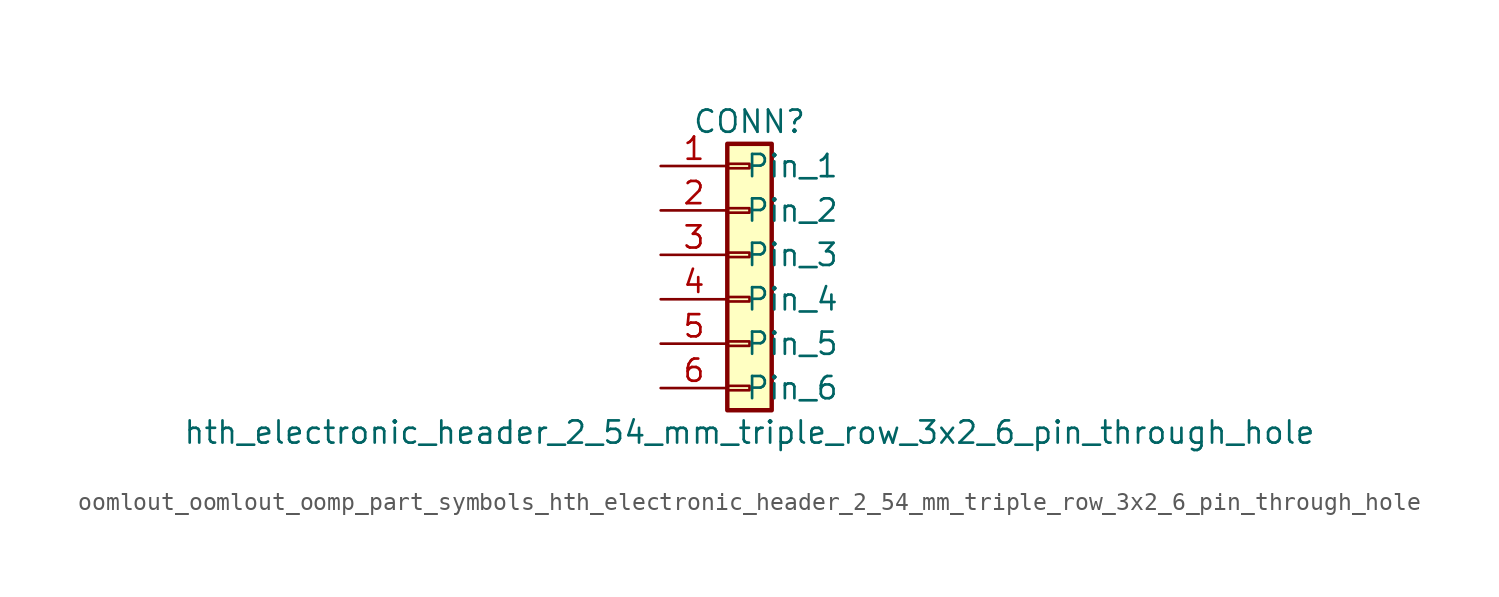
<source format=kicad_sym>
(kicad_symbol_lib
  (version 20220914)
  (generator kicad_symbol_editor)
  (symbol "oomlout_oomlout_oomp_part_symbols_hth_electronic_header_2_54_mm_triple_row_3x2_6_pin_through_hole"
    (pin_names
      (offset 1.016))
    (property "Reference" "CONN"
      (at 0 7.62 0)
      (effects (font (size 1.27 1.27))))
    (property "Value" "hth_electronic_header_2_54_mm_triple_row_3x2_6_pin_through_hole"
      (at 0 -10.16 0)
      (effects (font (size 1.27 1.27))))
    (symbol "oomlout_oomlout_oomp_part_symbols_hth_electronic_header_2_54_mm_triple_row_3x2_6_pin_through_hole_1_1"
      (rectangle (start -1.27 -7.493) (end 0 -7.747) (stroke (width 0.152) (type default)) (fill (type none)))
      (rectangle (start -1.27 -4.953) (end 0 -5.207) (stroke (width 0.152) (type default)) (fill (type none)))
      (rectangle (start -1.27 -2.413) (end 0 -2.667) (stroke (width 0.152) (type default)) (fill (type none)))
      (rectangle (start -1.27 0.127) (end 0 -0.127) (stroke (width 0.152) (type default)) (fill (type none)))
      (rectangle (start -1.27 2.667) (end 0 2.413) (stroke (width 0.152) (type default)) (fill (type none)))
      (rectangle (start -1.27 5.207) (end 0 4.953) (stroke (width 0.152) (type default)) (fill (type none)))
      (rectangle (start -1.27 6.35) (end 1.27 -8.89) (stroke (width 0.254) (type default)) (fill (type background)))
      (pin passive line (at -5.08 5.08 0) (length 3.81) (name "Pin_1" (effects (font (size 1.27 1.27)))) (number "1" (effects (font (size 1.27 1.27)))))
      (pin passive line (at -5.08 2.54 0) (length 3.81) (name "Pin_2" (effects (font (size 1.27 1.27)))) (number "2" (effects (font (size 1.27 1.27)))))
      (pin passive line (at -5.08 0 0) (length 3.81) (name "Pin_3" (effects (font (size 1.27 1.27)))) (number "3" (effects (font (size 1.27 1.27)))))
      (pin passive line (at -5.08 -2.54 0) (length 3.81) (name "Pin_4" (effects (font (size 1.27 1.27)))) (number "4" (effects (font (size 1.27 1.27)))))
      (pin passive line (at -5.08 -5.08 0) (length 3.81) (name "Pin_5" (effects (font (size 1.27 1.27)))) (number "5" (effects (font (size 1.27 1.27)))))
      (pin passive line (at -5.08 -7.62 0) (length 3.81) (name "Pin_6" (effects (font (size 1.27 1.27)))) (number "6" (effects (font (size 1.27 1.27))))))))
</source>
